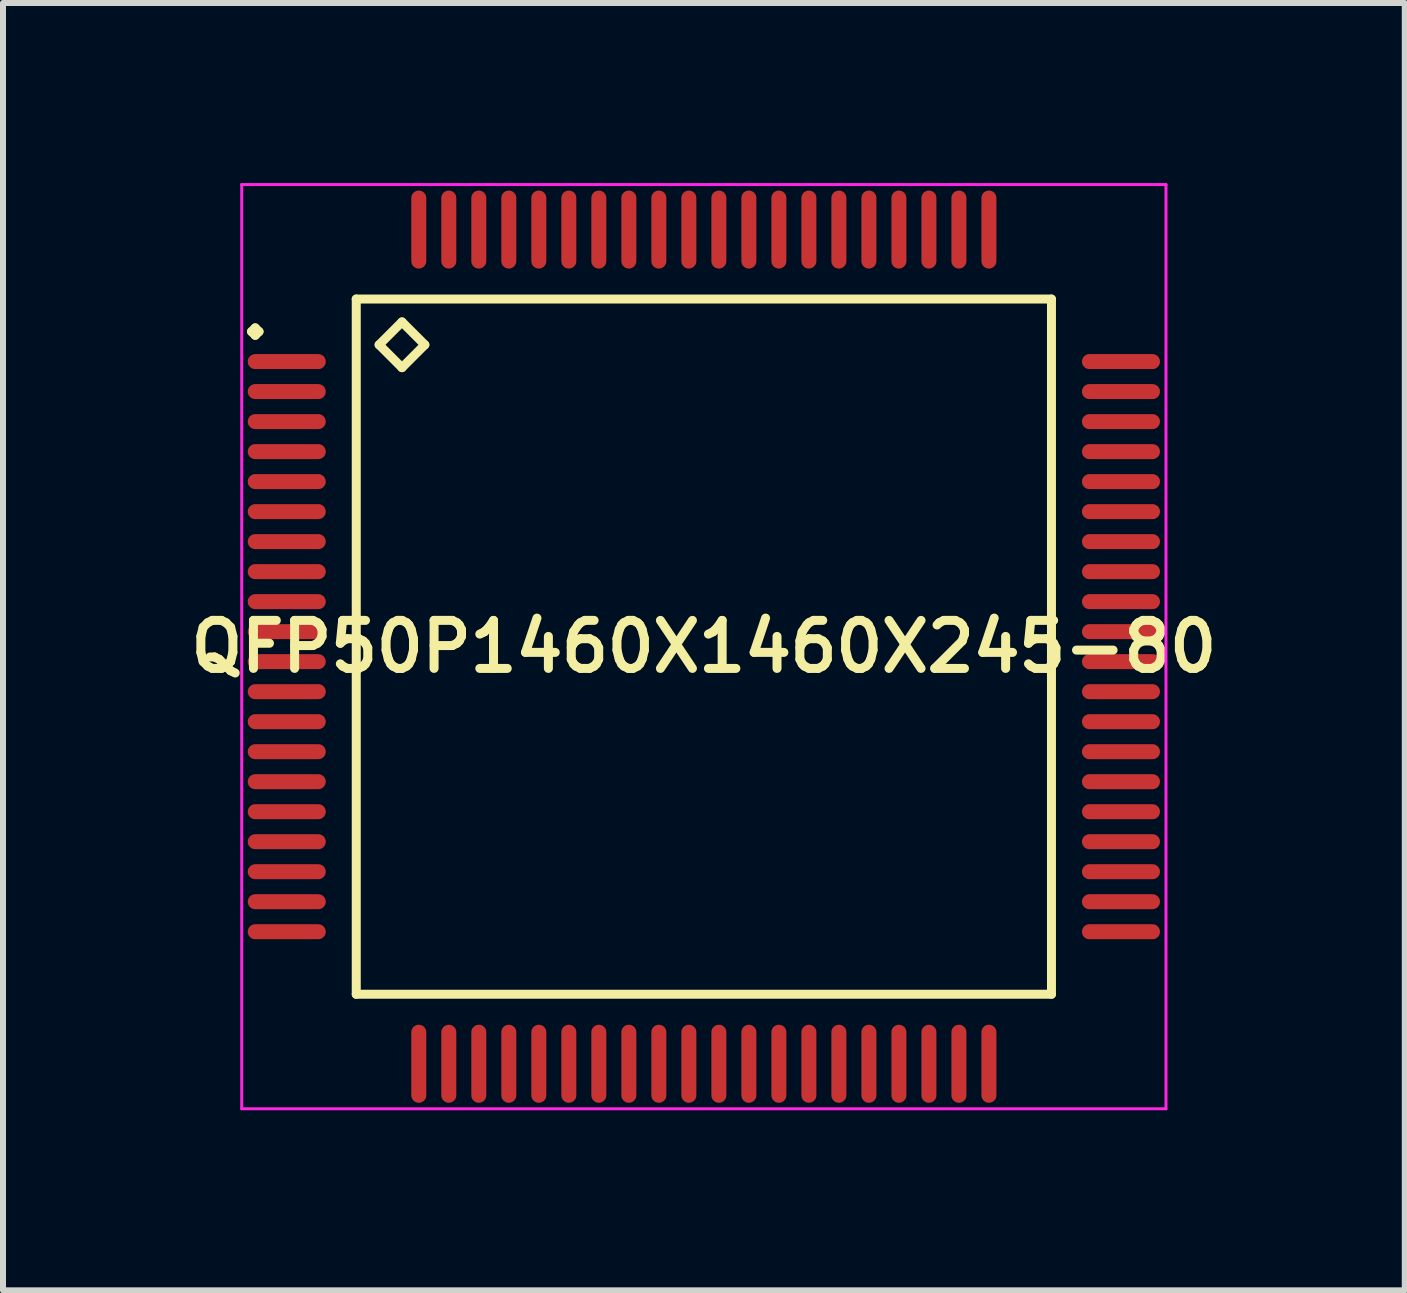
<source format=kicad_pcb>
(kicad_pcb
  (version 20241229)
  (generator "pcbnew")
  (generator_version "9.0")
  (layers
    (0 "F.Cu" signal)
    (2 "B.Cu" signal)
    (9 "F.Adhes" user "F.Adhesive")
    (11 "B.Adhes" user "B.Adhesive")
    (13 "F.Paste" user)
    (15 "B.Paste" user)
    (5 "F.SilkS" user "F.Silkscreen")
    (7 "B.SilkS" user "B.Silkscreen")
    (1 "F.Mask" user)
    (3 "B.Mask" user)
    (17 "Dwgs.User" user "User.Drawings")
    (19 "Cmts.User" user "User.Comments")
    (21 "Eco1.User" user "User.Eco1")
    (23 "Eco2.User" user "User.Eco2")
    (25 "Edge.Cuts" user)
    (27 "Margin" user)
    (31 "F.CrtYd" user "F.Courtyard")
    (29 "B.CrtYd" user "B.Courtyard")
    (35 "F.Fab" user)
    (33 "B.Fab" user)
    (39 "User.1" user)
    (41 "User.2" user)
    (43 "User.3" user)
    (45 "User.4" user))
  (footprint "QFP50P1460X1460X245-80"
    (layer "F.Cu")
    (at 8.678 7.725)
    (property "Reference" "QFP50P1460X1460X245-80" (at 0 0 0) (layer "F.SilkS") (effects (font (size 0.8 0.8) (thickness 0.15))))
    (attr smd)
    (fp_line (start -7.537 -5.25) (end -7.475 -5.312) (stroke (width 0.15) (type solid)) (layer "F.SilkS"))
    (fp_line (start -7.475 -5.312) (end -7.412 -5.25) (stroke (width 0.15) (type solid)) (layer "F.SilkS"))
    (fp_line (start -7.475 -5.188) (end -7.537 -5.25) (stroke (width 0.15) (type solid)) (layer "F.SilkS"))
    (fp_line (start -7.412 -5.25) (end -7.475 -5.188) (stroke (width 0.15) (type solid)) (layer "F.SilkS"))
    (fp_line (start -5.792 -5.792) (end -5.792 5.792) (stroke (width 0.15) (type solid)) (layer "F.SilkS"))
    (fp_line (start -5.792 5.792) (end 5.792 5.792) (stroke (width 0.15) (type solid)) (layer "F.SilkS"))
    (fp_line (start -5.411 -5.03) (end -5.03 -5.411) (stroke (width 0.15) (type solid)) (layer "F.SilkS"))
    (fp_line (start -5.03 -5.411) (end -4.649 -5.03) (stroke (width 0.15) (type solid)) (layer "F.SilkS"))
    (fp_line (start -5.03 -4.649) (end -5.411 -5.03) (stroke (width 0.15) (type solid)) (layer "F.SilkS"))
    (fp_line (start -4.649 -5.03) (end -5.03 -4.649) (stroke (width 0.15) (type solid)) (layer "F.SilkS"))
    (fp_line (start 5.792 -5.792) (end -5.792 -5.792) (stroke (width 0.15) (type solid)) (layer "F.SilkS"))
    (fp_line (start 5.792 5.792) (end 5.792 -5.792) (stroke (width 0.15) (type solid)) (layer "F.SilkS"))
    (fp_line (start -7.7 -7.7) (end 7.7 -7.7) (stroke (width 0.05) (type solid)) (layer "F.CrtYd"))
    (fp_line (start -7.7 7.7) (end -7.7 -7.7) (stroke (width 0.05) (type solid)) (layer "F.CrtYd"))
    (fp_line (start 7.7 -7.7) (end 7.7 7.7) (stroke (width 0.05) (type solid)) (layer "F.CrtYd"))
    (fp_line (start 7.7 7.7) (end -7.7 7.7) (stroke (width 0.05) (type solid)) (layer "F.CrtYd"))
    (pad "1" smd oval (at -6.95 -4.75) (size 1.3 0.25) (layers "F.Cu" "F.Mask" "F.Paste"))
    (pad "2" smd oval (at -6.95 -4.25) (size 1.3 0.25) (layers "F.Cu" "F.Mask" "F.Paste"))
    (pad "3" smd oval (at -6.95 -3.75) (size 1.3 0.25) (layers "F.Cu" "F.Mask" "F.Paste"))
    (pad "4" smd oval (at -6.95 -3.25) (size 1.3 0.25) (layers "F.Cu" "F.Mask" "F.Paste"))
    (pad "5" smd oval (at -6.95 -2.75) (size 1.3 0.25) (layers "F.Cu" "F.Mask" "F.Paste"))
    (pad "6" smd oval (at -6.95 -2.25) (size 1.3 0.25) (layers "F.Cu" "F.Mask" "F.Paste"))
    (pad "7" smd oval (at -6.95 -1.75) (size 1.3 0.25) (layers "F.Cu" "F.Mask" "F.Paste"))
    (pad "8" smd oval (at -6.95 -1.25) (size 1.3 0.25) (layers "F.Cu" "F.Mask" "F.Paste"))
    (pad "9" smd oval (at -6.95 -0.75) (size 1.3 0.25) (layers "F.Cu" "F.Mask" "F.Paste"))
    (pad "10" smd oval (at -6.95 -0.25) (size 1.3 0.25) (layers "F.Cu" "F.Mask" "F.Paste"))
    (pad "11" smd oval (at -6.95 0.25) (size 1.3 0.25) (layers "F.Cu" "F.Mask" "F.Paste"))
    (pad "12" smd oval (at -6.95 0.75) (size 1.3 0.25) (layers "F.Cu" "F.Mask" "F.Paste"))
    (pad "13" smd oval (at -6.95 1.25) (size 1.3 0.25) (layers "F.Cu" "F.Mask" "F.Paste"))
    (pad "14" smd oval (at -6.95 1.75) (size 1.3 0.25) (layers "F.Cu" "F.Mask" "F.Paste"))
    (pad "15" smd oval (at -6.95 2.25) (size 1.3 0.25) (layers "F.Cu" "F.Mask" "F.Paste"))
    (pad "16" smd oval (at -6.95 2.75) (size 1.3 0.25) (layers "F.Cu" "F.Mask" "F.Paste"))
    (pad "17" smd oval (at -6.95 3.25) (size 1.3 0.25) (layers "F.Cu" "F.Mask" "F.Paste"))
    (pad "18" smd oval (at -6.95 3.75) (size 1.3 0.25) (layers "F.Cu" "F.Mask" "F.Paste"))
    (pad "19" smd oval (at -6.95 4.25) (size 1.3 0.25) (layers "F.Cu" "F.Mask" "F.Paste"))
    (pad "20" smd oval (at -6.95 4.75) (size 1.3 0.25) (layers "F.Cu" "F.Mask" "F.Paste"))
    (pad "21" smd oval (at -4.75 6.95) (size 0.25 1.3) (layers "F.Cu" "F.Mask" "F.Paste"))
    (pad "22" smd oval (at -4.25 6.95) (size 0.25 1.3) (layers "F.Cu" "F.Mask" "F.Paste"))
    (pad "23" smd oval (at -3.75 6.95) (size 0.25 1.3) (layers "F.Cu" "F.Mask" "F.Paste"))
    (pad "24" smd oval (at -3.25 6.95) (size 0.25 1.3) (layers "F.Cu" "F.Mask" "F.Paste"))
    (pad "25" smd oval (at -2.75 6.95) (size 0.25 1.3) (layers "F.Cu" "F.Mask" "F.Paste"))
    (pad "26" smd oval (at -2.25 6.95) (size 0.25 1.3) (layers "F.Cu" "F.Mask" "F.Paste"))
    (pad "27" smd oval (at -1.75 6.95) (size 0.25 1.3) (layers "F.Cu" "F.Mask" "F.Paste"))
    (pad "28" smd oval (at -1.25 6.95) (size 0.25 1.3) (layers "F.Cu" "F.Mask" "F.Paste"))
    (pad "29" smd oval (at -0.75 6.95) (size 0.25 1.3) (layers "F.Cu" "F.Mask" "F.Paste"))
    (pad "30" smd oval (at -0.25 6.95) (size 0.25 1.3) (layers "F.Cu" "F.Mask" "F.Paste"))
    (pad "31" smd oval (at 0.25 6.95) (size 0.25 1.3) (layers "F.Cu" "F.Mask" "F.Paste"))
    (pad "32" smd oval (at 0.75 6.95) (size 0.25 1.3) (layers "F.Cu" "F.Mask" "F.Paste"))
    (pad "33" smd oval (at 1.25 6.95) (size 0.25 1.3) (layers "F.Cu" "F.Mask" "F.Paste"))
    (pad "34" smd oval (at 1.75 6.95) (size 0.25 1.3) (layers "F.Cu" "F.Mask" "F.Paste"))
    (pad "35" smd oval (at 2.25 6.95) (size 0.25 1.3) (layers "F.Cu" "F.Mask" "F.Paste"))
    (pad "36" smd oval (at 2.75 6.95) (size 0.25 1.3) (layers "F.Cu" "F.Mask" "F.Paste"))
    (pad "37" smd oval (at 3.25 6.95) (size 0.25 1.3) (layers "F.Cu" "F.Mask" "F.Paste"))
    (pad "38" smd oval (at 3.75 6.95) (size 0.25 1.3) (layers "F.Cu" "F.Mask" "F.Paste"))
    (pad "39" smd oval (at 4.25 6.95) (size 0.25 1.3) (layers "F.Cu" "F.Mask" "F.Paste"))
    (pad "40" smd oval (at 4.75 6.95) (size 0.25 1.3) (layers "F.Cu" "F.Mask" "F.Paste"))
    (pad "41" smd oval (at 6.95 4.75) (size 1.3 0.25) (layers "F.Cu" "F.Mask" "F.Paste"))
    (pad "42" smd oval (at 6.95 4.25) (size 1.3 0.25) (layers "F.Cu" "F.Mask" "F.Paste"))
    (pad "43" smd oval (at 6.95 3.75) (size 1.3 0.25) (layers "F.Cu" "F.Mask" "F.Paste"))
    (pad "44" smd oval (at 6.95 3.25) (size 1.3 0.25) (layers "F.Cu" "F.Mask" "F.Paste"))
    (pad "45" smd oval (at 6.95 2.75) (size 1.3 0.25) (layers "F.Cu" "F.Mask" "F.Paste"))
    (pad "46" smd oval (at 6.95 2.25) (size 1.3 0.25) (layers "F.Cu" "F.Mask" "F.Paste"))
    (pad "47" smd oval (at 6.95 1.75) (size 1.3 0.25) (layers "F.Cu" "F.Mask" "F.Paste"))
    (pad "48" smd oval (at 6.95 1.25) (size 1.3 0.25) (layers "F.Cu" "F.Mask" "F.Paste"))
    (pad "49" smd oval (at 6.95 0.75) (size 1.3 0.25) (layers "F.Cu" "F.Mask" "F.Paste"))
    (pad "50" smd oval (at 6.95 0.25) (size 1.3 0.25) (layers "F.Cu" "F.Mask" "F.Paste"))
    (pad "51" smd oval (at 6.95 -0.25) (size 1.3 0.25) (layers "F.Cu" "F.Mask" "F.Paste"))
    (pad "52" smd oval (at 6.95 -0.75) (size 1.3 0.25) (layers "F.Cu" "F.Mask" "F.Paste"))
    (pad "53" smd oval (at 6.95 -1.25) (size 1.3 0.25) (layers "F.Cu" "F.Mask" "F.Paste"))
    (pad "54" smd oval (at 6.95 -1.75) (size 1.3 0.25) (layers "F.Cu" "F.Mask" "F.Paste"))
    (pad "55" smd oval (at 6.95 -2.25) (size 1.3 0.25) (layers "F.Cu" "F.Mask" "F.Paste"))
    (pad "56" smd oval (at 6.95 -2.75) (size 1.3 0.25) (layers "F.Cu" "F.Mask" "F.Paste"))
    (pad "57" smd oval (at 6.95 -3.25) (size 1.3 0.25) (layers "F.Cu" "F.Mask" "F.Paste"))
    (pad "58" smd oval (at 6.95 -3.75) (size 1.3 0.25) (layers "F.Cu" "F.Mask" "F.Paste"))
    (pad "59" smd oval (at 6.95 -4.25) (size 1.3 0.25) (layers "F.Cu" "F.Mask" "F.Paste"))
    (pad "60" smd oval (at 6.95 -4.75) (size 1.3 0.25) (layers "F.Cu" "F.Mask" "F.Paste"))
    (pad "61" smd oval (at 4.75 -6.95) (size 0.25 1.3) (layers "F.Cu" "F.Mask" "F.Paste"))
    (pad "62" smd oval (at 4.25 -6.95) (size 0.25 1.3) (layers "F.Cu" "F.Mask" "F.Paste"))
    (pad "63" smd oval (at 3.75 -6.95) (size 0.25 1.3) (layers "F.Cu" "F.Mask" "F.Paste"))
    (pad "64" smd oval (at 3.25 -6.95) (size 0.25 1.3) (layers "F.Cu" "F.Mask" "F.Paste"))
    (pad "65" smd oval (at 2.75 -6.95) (size 0.25 1.3) (layers "F.Cu" "F.Mask" "F.Paste"))
    (pad "66" smd oval (at 2.25 -6.95) (size 0.25 1.3) (layers "F.Cu" "F.Mask" "F.Paste"))
    (pad "67" smd oval (at 1.75 -6.95) (size 0.25 1.3) (layers "F.Cu" "F.Mask" "F.Paste"))
    (pad "68" smd oval (at 1.25 -6.95) (size 0.25 1.3) (layers "F.Cu" "F.Mask" "F.Paste"))
    (pad "69" smd oval (at 0.75 -6.95) (size 0.25 1.3) (layers "F.Cu" "F.Mask" "F.Paste"))
    (pad "70" smd oval (at 0.25 -6.95) (size 0.25 1.3) (layers "F.Cu" "F.Mask" "F.Paste"))
    (pad "71" smd oval (at -0.25 -6.95) (size 0.25 1.3) (layers "F.Cu" "F.Mask" "F.Paste"))
    (pad "72" smd oval (at -0.75 -6.95) (size 0.25 1.3) (layers "F.Cu" "F.Mask" "F.Paste"))
    (pad "73" smd oval (at -1.25 -6.95) (size 0.25 1.3) (layers "F.Cu" "F.Mask" "F.Paste"))
    (pad "74" smd oval (at -1.75 -6.95) (size 0.25 1.3) (layers "F.Cu" "F.Mask" "F.Paste"))
    (pad "75" smd oval (at -2.25 -6.95) (size 0.25 1.3) (layers "F.Cu" "F.Mask" "F.Paste"))
    (pad "76" smd oval (at -2.75 -6.95) (size 0.25 1.3) (layers "F.Cu" "F.Mask" "F.Paste"))
    (pad "77" smd oval (at -3.25 -6.95) (size 0.25 1.3) (layers "F.Cu" "F.Mask" "F.Paste"))
    (pad "78" smd oval (at -3.75 -6.95) (size 0.25 1.3) (layers "F.Cu" "F.Mask" "F.Paste"))
    (pad "79" smd oval (at -4.25 -6.95) (size 0.25 1.3) (layers "F.Cu" "F.Mask" "F.Paste"))
    (pad "80" smd oval (at -4.75 -6.95) (size 0.25 1.3) (layers "F.Cu" "F.Mask" "F.Paste")))
  (gr_rect
    (start -3 -3)
    (end 20.357 18.45)
    (stroke (width 0.1) (type default))
    (fill no)
    (layer "Edge.Cuts")))
</source>
